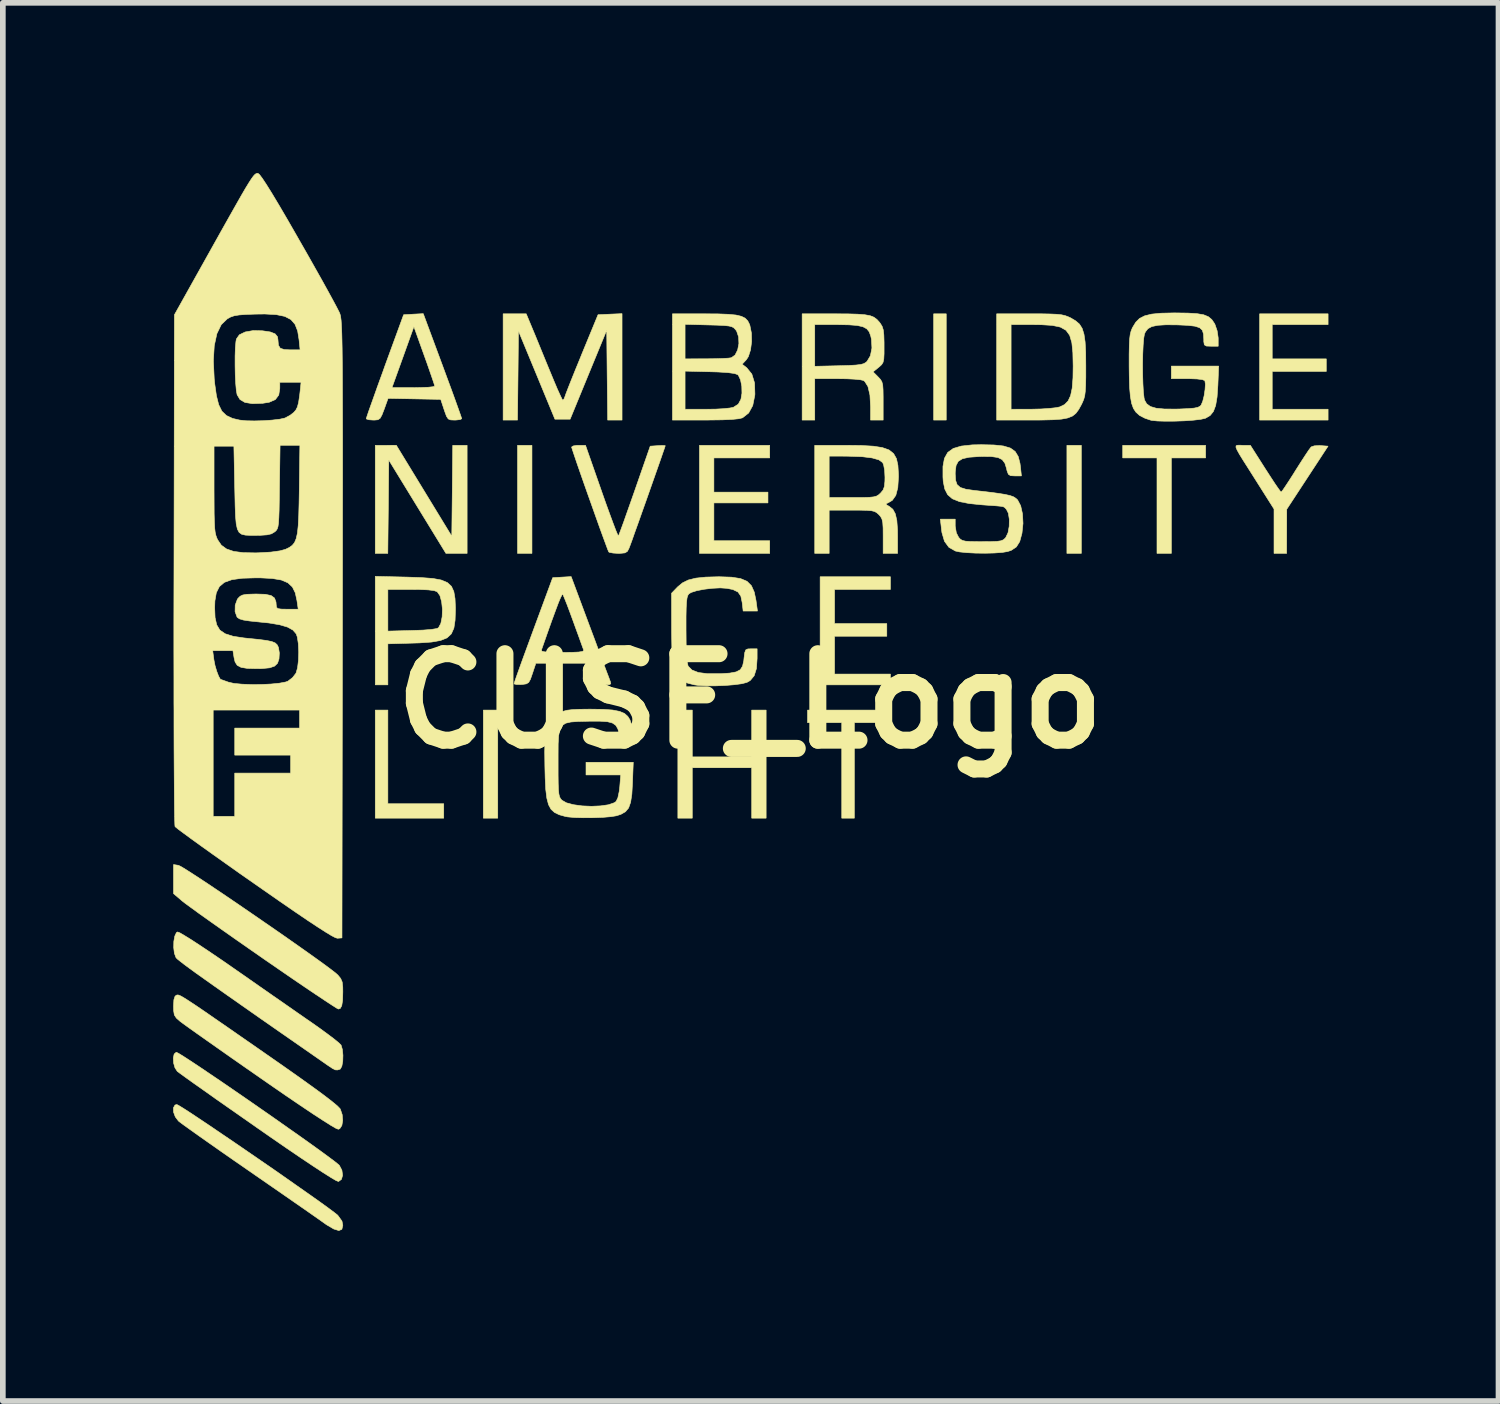
<source format=kicad_pcb>
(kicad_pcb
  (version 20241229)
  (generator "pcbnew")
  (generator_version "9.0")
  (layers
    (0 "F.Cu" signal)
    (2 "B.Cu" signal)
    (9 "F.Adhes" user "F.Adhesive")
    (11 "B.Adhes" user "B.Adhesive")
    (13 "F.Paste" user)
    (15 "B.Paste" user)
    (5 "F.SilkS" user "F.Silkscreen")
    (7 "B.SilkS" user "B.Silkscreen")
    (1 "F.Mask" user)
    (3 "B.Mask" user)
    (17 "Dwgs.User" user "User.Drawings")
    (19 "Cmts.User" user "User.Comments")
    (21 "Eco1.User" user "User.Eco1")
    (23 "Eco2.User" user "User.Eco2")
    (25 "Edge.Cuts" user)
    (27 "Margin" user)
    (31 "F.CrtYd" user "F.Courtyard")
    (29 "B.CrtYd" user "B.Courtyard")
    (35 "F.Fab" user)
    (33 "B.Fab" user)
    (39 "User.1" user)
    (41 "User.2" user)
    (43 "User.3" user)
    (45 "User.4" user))
  (footprint "CUSF_Logo"
    (layer "F.Cu")
    (at 10.169 9.308)
    (property "Reference" "CUSF_Logo" (at 0 0 0) (layer "F.SilkS") (effects (font (size 1.524 1.524) (thickness 0.3))))
    (attr through_hole)
    (fp_poly (pts (xy -4.445 2.064) (xy -4.699 2.064) (xy -4.699 0.159) (xy -4.445 0.159) (xy -4.445 2.064)) (stroke (width 0.01) (type solid)) (fill yes) (layer "F.SilkS"))
    (fp_poly (pts (xy -3.842 -2.603) (xy -4.096 -2.603) (xy -4.096 -4.508) (xy -3.842 -4.508) (xy -3.842 -2.603)) (stroke (width 0.01) (type solid)) (fill yes) (layer "F.SilkS"))
    (fp_poly (pts (xy 3.461 -4.953) (xy 3.239 -4.953) (xy 3.239 -6.826) (xy 3.461 -6.826) (xy 3.461 -4.953)) (stroke (width 0.01) (type solid)) (fill yes) (layer "F.SilkS"))
    (fp_poly (pts (xy 5.842 -2.603) (xy 5.588 -2.603) (xy 5.588 -4.508) (xy 5.842 -4.508) (xy 5.842 -2.603)) (stroke (width 0.01) (type solid)) (fill yes) (layer "F.SilkS"))
    (fp_poly (pts (xy -6.382 1.81) (xy -5.397 1.81) (xy -5.397 2.064) (xy -6.604 2.064) (xy -6.604 0.159) (xy -6.382 0.159) (xy -6.382 1.81)) (stroke (width 0.01) (type solid)) (fill yes) (layer "F.SilkS"))
    (fp_poly (pts (xy 2.445 0.381) (xy 1.841 0.381) (xy 1.841 2.064) (xy 1.619 2.064) (xy 1.619 0.381) (xy 1.016 0.381) (xy 1.016 0.159) (xy 2.445 0.159) (xy 2.445 0.381)) (stroke (width 0.01) (type solid)) (fill yes) (layer "F.SilkS"))
    (fp_poly (pts (xy 8.033 -4.286) (xy 7.429 -4.286) (xy 7.429 -2.603) (xy 7.176 -2.603) (xy 7.176 -4.286) (xy 6.572 -4.286) (xy 6.572 -4.508) (xy 8.033 -4.508) (xy 8.033 -4.286)) (stroke (width 0.01) (type solid)) (fill yes) (layer "F.SilkS"))
    (fp_poly (pts (xy -1.016 0.984) (xy 0.032 0.984) (xy 0.032 0.159) (xy 0.286 0.159) (xy 0.286 2.064) (xy 0.032 2.064) (xy 0.032 1.175) (xy -1.016 1.175) (xy -1.016 2.064) (xy -1.27 2.064) (xy -1.27 0.159) (xy -1.016 0.159) (xy -1.016 0.984)) (stroke (width 0.01) (type solid)) (fill yes) (layer "F.SilkS"))
    (fp_poly (pts (xy 0.349 -4.286) (xy -0.635 -4.286) (xy -0.635 -3.683) (xy 0.318 -3.683) (xy 0.318 -3.493) (xy -0.635 -3.493) (xy -0.635 -2.826) (xy 0.349 -2.826) (xy 0.349 -2.603) (xy -0.889 -2.603) (xy -0.889 -4.508) (xy 0.349 -4.508) (xy 0.349 -4.286)) (stroke (width 0.01) (type solid)) (fill yes) (layer "F.SilkS"))
    (fp_poly (pts (xy 2.477 -1.968) (xy 1.492 -1.968) (xy 1.492 -1.365) (xy 2.413 -1.365) (xy 2.413 -1.143) (xy 1.492 -1.143) (xy 1.492 -0.476) (xy 2.477 -0.476) (xy 2.477 -0.286) (xy 1.238 -0.286) (xy 1.238 -2.191) (xy 2.477 -2.191) (xy 2.477 -1.968)) (stroke (width 0.01) (type solid)) (fill yes) (layer "F.SilkS"))
    (fp_poly (pts (xy 10.192 -6.636) (xy 9.207 -6.636) (xy 9.207 -6.032) (xy 10.16 -6.032) (xy 10.16 -5.81) (xy 9.207 -5.81) (xy 9.207 -5.144) (xy 10.192 -5.144) (xy 10.192 -4.953) (xy 8.985 -4.953) (xy 8.985 -6.826) (xy 10.192 -6.826) (xy 10.192 -6.636)) (stroke (width 0.01) (type solid)) (fill yes) (layer "F.SilkS"))
    (fp_poly (pts (xy -5.744 -3.707) (xy -5.255 -2.905) (xy -5.246 -3.707) (xy -5.238 -4.508) (xy -4.985 -4.508) (xy -4.985 -2.603) (xy -5.358 -2.603) (xy -5.862 -3.426) (xy -6.366 -4.249) (xy -6.374 -3.426) (xy -6.383 -2.603) (xy -6.604 -2.603) (xy -6.604 -4.508) (xy -6.418 -4.508) (xy -6.233 -4.509) (xy -5.744 -3.707)) (stroke (width 0.01) (type solid)) (fill yes) (layer "F.SilkS"))
    (fp_poly (pts (xy -2.254 -4.953) (xy -2.507 -4.953) (xy -2.516 -5.745) (xy -2.524 -6.538) (xy -2.847 -5.753) (xy -3.169 -4.969) (xy -3.437 -4.969) (xy -3.758 -5.747) (xy -4.08 -6.525) (xy -4.088 -5.739) (xy -4.097 -4.953) (xy -4.35 -4.953) (xy -4.35 -6.826) (xy -3.943 -6.826) (xy -3.834 -6.564) (xy -3.783 -6.442) (xy -3.716 -6.278) (xy -3.639 -6.09) (xy -3.56 -5.897) (xy -3.521 -5.803) (xy -3.453 -5.639) (xy -3.393 -5.497) (xy -3.343 -5.388) (xy -3.31 -5.32) (xy -3.298 -5.303) (xy -3.275 -5.329) (xy -3.258 -5.374) (xy -3.241 -5.423) (xy -3.203 -5.521) (xy -3.148 -5.66) (xy -3.08 -5.829) (xy -3.002 -6.019) (xy -2.958 -6.128) (xy -2.677 -6.81) (xy -2.465 -6.82) (xy -2.254 -6.829) (xy -2.254 -4.953)) (stroke (width 0.01) (type solid)) (fill yes) (layer "F.SilkS"))
    (fp_poly (pts (xy 8.675 -4.509) (xy 8.68 -4.508) (xy 8.822 -4.508) (xy 9.084 -4.096) (xy 9.176 -3.954) (xy 9.255 -3.833) (xy 9.318 -3.742) (xy 9.356 -3.691) (xy 9.364 -3.684) (xy 9.387 -3.709) (xy 9.435 -3.779) (xy 9.505 -3.885) (xy 9.588 -4.015) (xy 9.62 -4.067) (xy 9.709 -4.207) (xy 9.788 -4.329) (xy 9.85 -4.422) (xy 9.889 -4.474) (xy 9.896 -4.481) (xy 9.949 -4.499) (xy 10.036 -4.504) (xy 10.062 -4.503) (xy 10.191 -4.493) (xy 9.827 -3.937) (xy 9.463 -3.381) (xy 9.462 -2.992) (xy 9.461 -2.603) (xy 9.239 -2.603) (xy 9.239 -3.385) (xy 8.919 -3.891) (xy 8.793 -4.09) (xy 8.697 -4.241) (xy 8.629 -4.351) (xy 8.587 -4.427) (xy 8.568 -4.474) (xy 8.57 -4.499) (xy 8.59 -4.509) (xy 8.626 -4.51) (xy 8.675 -4.509)) (stroke (width 0.01) (type solid)) (fill yes) (layer "F.SilkS"))
    (fp_poly (pts (xy -6.04 -2.185) (xy -5.786 -2.176) (xy -5.587 -2.161) (xy -5.439 -2.133) (xy -5.332 -2.088) (xy -5.261 -2.022) (xy -5.219 -1.93) (xy -5.198 -1.806) (xy -5.191 -1.647) (xy -5.191 -1.603) (xy -5.197 -1.424) (xy -5.218 -1.286) (xy -5.263 -1.185) (xy -5.339 -1.114) (xy -5.453 -1.068) (xy -5.613 -1.04) (xy -5.826 -1.025) (xy -5.929 -1.022) (xy -6.382 -1.009) (xy -6.382 -0.286) (xy -6.604 -0.286) (xy -6.604 -1.968) (xy -6.382 -1.968) (xy -6.382 -1.233) (xy -5.955 -1.244) (xy -5.759 -1.251) (xy -5.613 -1.263) (xy -5.52 -1.278) (xy -5.49 -1.291) (xy -5.448 -1.369) (xy -5.425 -1.485) (xy -5.42 -1.618) (xy -5.434 -1.75) (xy -5.464 -1.859) (xy -5.512 -1.927) (xy -5.567 -1.947) (xy -5.67 -1.96) (xy -5.828 -1.967) (xy -5.975 -1.968) (xy -6.382 -1.968) (xy -6.604 -1.968) (xy -6.604 -2.198) (xy -6.04 -2.185)) (stroke (width 0.01) (type solid)) (fill yes) (layer "F.SilkS"))
    (fp_poly (pts (xy -10.073 6.209) (xy -9.991 6.259) (xy -9.868 6.339) (xy -9.712 6.442) (xy -9.527 6.567) (xy -9.32 6.707) (xy -9.097 6.86) (xy -8.863 7.021) (xy -8.624 7.187) (xy -8.387 7.352) (xy -8.157 7.514) (xy -7.939 7.667) (xy -7.741 7.808) (xy -7.567 7.933) (xy -7.424 8.038) (xy -7.317 8.118) (xy -7.253 8.17) (xy -7.237 8.185) (xy -7.192 8.271) (xy -7.18 8.36) (xy -7.2 8.431) (xy -7.249 8.467) (xy -7.255 8.468) (xy -7.295 8.452) (xy -7.384 8.4) (xy -7.519 8.315) (xy -7.696 8.199) (xy -7.913 8.054) (xy -8.166 7.882) (xy -8.453 7.684) (xy -8.673 7.531) (xy -8.936 7.347) (xy -9.185 7.173) (xy -9.414 7.013) (xy -9.618 6.868) (xy -9.793 6.745) (xy -9.933 6.645) (xy -10.032 6.573) (xy -10.087 6.533) (xy -10.094 6.527) (xy -10.135 6.464) (xy -10.159 6.38) (xy -10.164 6.292) (xy -10.149 6.223) (xy -10.114 6.192) (xy -10.11 6.191) (xy -10.073 6.209)) (stroke (width 0.01) (type solid)) (fill yes) (layer "F.SilkS"))
    (fp_poly (pts (xy -10.073 2.896) (xy -10.031 2.916) (xy -9.943 2.969) (xy -9.815 3.051) (xy -9.654 3.156) (xy -9.465 3.282) (xy -9.255 3.423) (xy -9.03 3.576) (xy -8.795 3.737) (xy -8.557 3.901) (xy -8.321 4.064) (xy -8.095 4.222) (xy -7.883 4.371) (xy -7.693 4.506) (xy -7.529 4.624) (xy -7.399 4.72) (xy -7.307 4.791) (xy -7.263 4.83) (xy -7.214 4.89) (xy -7.187 4.953) (xy -7.177 5.042) (xy -7.176 5.126) (xy -7.18 5.276) (xy -7.195 5.371) (xy -7.222 5.419) (xy -7.253 5.429) (xy -7.286 5.412) (xy -7.366 5.361) (xy -7.488 5.281) (xy -7.646 5.176) (xy -7.836 5.048) (xy -8.052 4.901) (xy -8.289 4.738) (xy -8.542 4.564) (xy -8.575 4.541) (xy -8.835 4.36) (xy -9.083 4.187) (xy -9.315 4.024) (xy -9.523 3.877) (xy -9.702 3.75) (xy -9.846 3.645) (xy -9.95 3.569) (xy -10.008 3.524) (xy -10.009 3.523) (xy -10.16 3.394) (xy -10.16 2.882) (xy -10.073 2.896)) (stroke (width 0.01) (type solid)) (fill yes) (layer "F.SilkS"))
    (fp_poly (pts (xy -10.067 7.13) (xy -9.985 7.18) (xy -9.864 7.258) (xy -9.709 7.361) (xy -9.525 7.484) (xy -9.319 7.624) (xy -9.096 7.775) (xy -8.863 7.935) (xy -8.626 8.098) (xy -8.389 8.261) (xy -8.16 8.421) (xy -7.945 8.572) (xy -7.748 8.71) (xy -7.576 8.832) (xy -7.435 8.934) (xy -7.332 9.011) (xy -7.27 9.06) (xy -7.264 9.066) (xy -7.191 9.167) (xy -7.176 9.242) (xy -7.193 9.312) (xy -7.246 9.334) (xy -7.336 9.306) (xy -7.465 9.23) (xy -7.51 9.198) (xy -7.577 9.15) (xy -7.689 9.072) (xy -7.84 8.966) (xy -8.025 8.838) (xy -8.235 8.692) (xy -8.465 8.533) (xy -8.708 8.365) (xy -8.842 8.272) (xy -9.085 8.104) (xy -9.315 7.944) (xy -9.524 7.797) (xy -9.709 7.667) (xy -9.862 7.558) (xy -9.978 7.475) (xy -10.052 7.42) (xy -10.073 7.403) (xy -10.129 7.329) (xy -10.16 7.245) (xy -10.162 7.17) (xy -10.134 7.121) (xy -10.102 7.112) (xy -10.067 7.13)) (stroke (width 0.01) (type solid)) (fill yes) (layer "F.SilkS"))
    (fp_poly (pts (xy -10.067 5.184) (xy -10.038 5.196) (xy -9.996 5.219) (xy -9.937 5.255) (xy -9.856 5.308) (xy -9.749 5.379) (xy -9.612 5.472) (xy -9.442 5.59) (xy -9.233 5.734) (xy -8.983 5.908) (xy -8.686 6.114) (xy -8.534 6.22) (xy -8.201 6.452) (xy -7.919 6.651) (xy -7.688 6.817) (xy -7.504 6.952) (xy -7.368 7.057) (xy -7.276 7.133) (xy -7.228 7.182) (xy -7.221 7.191) (xy -7.187 7.29) (xy -7.178 7.393) (xy -7.193 7.482) (xy -7.23 7.538) (xy -7.255 7.548) (xy -7.296 7.532) (xy -7.386 7.48) (xy -7.522 7.394) (xy -7.702 7.277) (xy -7.923 7.129) (xy -8.182 6.953) (xy -8.476 6.75) (xy -8.62 6.65) (xy -8.88 6.469) (xy -9.128 6.296) (xy -9.357 6.135) (xy -9.563 5.99) (xy -9.739 5.866) (xy -9.881 5.765) (xy -9.982 5.692) (xy -10.038 5.651) (xy -10.041 5.649) (xy -10.11 5.588) (xy -10.146 5.533) (xy -10.158 5.459) (xy -10.16 5.379) (xy -10.154 5.266) (xy -10.134 5.205) (xy -10.112 5.186) (xy -10.099 5.182) (xy -10.085 5.18) (xy -10.067 5.184)) (stroke (width 0.01) (type solid)) (fill yes) (layer "F.SilkS"))
    (fp_poly (pts (xy -10.05 4.085) (xy -9.966 4.134) (xy -9.84 4.212) (xy -9.681 4.316) (xy -9.493 4.442) (xy -9.281 4.586) (xy -9.153 4.675) (xy -8.913 4.842) (xy -8.664 5.016) (xy -8.416 5.189) (xy -8.181 5.352) (xy -7.972 5.498) (xy -7.799 5.618) (xy -7.755 5.648) (xy -7.594 5.761) (xy -7.45 5.866) (xy -7.332 5.955) (xy -7.249 6.023) (xy -7.209 6.062) (xy -7.207 6.064) (xy -7.184 6.141) (xy -7.174 6.243) (xy -7.177 6.348) (xy -7.193 6.436) (xy -7.22 6.486) (xy -7.226 6.489) (xy -7.27 6.503) (xy -7.308 6.501) (xy -7.36 6.475) (xy -7.442 6.42) (xy -7.461 6.407) (xy -7.903 6.099) (xy -8.296 5.826) (xy -8.642 5.585) (xy -8.943 5.374) (xy -9.203 5.192) (xy -9.424 5.036) (xy -9.609 4.905) (xy -9.761 4.797) (xy -9.882 4.709) (xy -9.975 4.64) (xy -10.042 4.588) (xy -10.087 4.552) (xy -10.112 4.528) (xy -10.117 4.521) (xy -10.145 4.446) (xy -10.157 4.346) (xy -10.155 4.238) (xy -10.138 4.144) (xy -10.11 4.083) (xy -10.09 4.07) (xy -10.05 4.085)) (stroke (width 0.01) (type solid)) (fill yes) (layer "F.SilkS"))
    (fp_poly (pts (xy -5.419 -5.915) (xy -5.335 -5.687) (xy -5.258 -5.479) (xy -5.192 -5.297) (xy -5.139 -5.149) (xy -5.101 -5.042) (xy -5.082 -4.985) (xy -5.08 -4.977) (xy -5.108 -4.962) (xy -5.178 -4.954) (xy -5.204 -4.953) (xy -5.274 -4.956) (xy -5.317 -4.973) (xy -5.348 -5.019) (xy -5.381 -5.109) (xy -5.39 -5.136) (xy -5.45 -5.318) (xy -6.378 -5.336) (xy -6.447 -5.144) (xy -6.487 -5.041) (xy -6.519 -4.984) (xy -6.557 -4.959) (xy -6.615 -4.953) (xy -6.64 -4.953) (xy -6.718 -4.959) (xy -6.76 -4.973) (xy -6.763 -4.978) (xy -6.752 -5.013) (xy -6.723 -5.1) (xy -6.676 -5.232) (xy -6.616 -5.4) (xy -6.572 -5.524) (xy -6.31 -5.524) (xy -5.933 -5.524) (xy -5.787 -5.527) (xy -5.667 -5.532) (xy -5.586 -5.541) (xy -5.556 -5.551) (xy -5.556 -5.551) (xy -5.566 -5.589) (xy -5.595 -5.676) (xy -5.638 -5.801) (xy -5.692 -5.956) (xy -5.74 -6.089) (xy -5.923 -6.6) (xy -6.116 -6.062) (xy -6.31 -5.524) (xy -6.572 -5.524) (xy -6.545 -5.599) (xy -6.465 -5.819) (xy -6.434 -5.907) (xy -6.104 -6.81) (xy -5.931 -6.82) (xy -5.758 -6.829) (xy -5.419 -5.915)) (stroke (width 0.01) (type solid)) (fill yes) (layer "F.SilkS"))
    (fp_poly (pts (xy -2.616 -3.702) (xy -2.541 -3.489) (xy -2.472 -3.299) (xy -2.413 -3.139) (xy -2.366 -3.015) (xy -2.333 -2.936) (xy -2.319 -2.91) (xy -2.318 -2.91) (xy -2.304 -2.943) (xy -2.272 -3.028) (xy -2.225 -3.156) (xy -2.167 -3.321) (xy -2.099 -3.513) (xy -2.03 -3.709) (xy -1.757 -4.493) (xy -1.625 -4.502) (xy -1.543 -4.506) (xy -1.497 -4.503) (xy -1.492 -4.501) (xy -1.502 -4.469) (xy -1.531 -4.386) (xy -1.574 -4.261) (xy -1.629 -4.104) (xy -1.693 -3.922) (xy -1.762 -3.726) (xy -1.833 -3.524) (xy -1.904 -3.325) (xy -1.97 -3.138) (xy -2.03 -2.972) (xy -2.078 -2.835) (xy -2.114 -2.738) (xy -2.132 -2.691) (xy -2.16 -2.638) (xy -2.203 -2.612) (xy -2.281 -2.604) (xy -2.32 -2.603) (xy -2.412 -2.609) (xy -2.476 -2.621) (xy -2.489 -2.63) (xy -2.505 -2.668) (xy -2.538 -2.757) (xy -2.586 -2.887) (xy -2.645 -3.049) (xy -2.711 -3.234) (xy -2.782 -3.434) (xy -2.855 -3.639) (xy -2.926 -3.84) (xy -2.992 -4.029) (xy -3.05 -4.196) (xy -3.096 -4.332) (xy -3.128 -4.428) (xy -3.143 -4.475) (xy -3.143 -4.478) (xy -3.115 -4.497) (xy -3.045 -4.508) (xy -3.021 -4.508) (xy -2.898 -4.508) (xy -2.616 -3.702)) (stroke (width 0.01) (type solid)) (fill yes) (layer "F.SilkS"))
    (fp_poly (pts (xy 5.139 -6.826) (xy 5.295 -6.823) (xy 5.409 -6.818) (xy 5.492 -6.809) (xy 5.555 -6.795) (xy 5.609 -6.775) (xy 5.653 -6.755) (xy 5.741 -6.703) (xy 5.809 -6.645) (xy 5.857 -6.569) (xy 5.889 -6.467) (xy 5.909 -6.33) (xy 5.919 -6.149) (xy 5.921 -5.914) (xy 5.921 -5.905) (xy 5.921 -5.709) (xy 5.918 -5.565) (xy 5.912 -5.46) (xy 5.902 -5.382) (xy 5.885 -5.319) (xy 5.86 -5.26) (xy 5.842 -5.223) (xy 5.795 -5.138) (xy 5.746 -5.072) (xy 5.686 -5.024) (xy 5.604 -4.991) (xy 5.494 -4.97) (xy 5.345 -4.959) (xy 5.149 -4.954) (xy 4.945 -4.953) (xy 4.35 -4.953) (xy 4.35 -5.144) (xy 4.604 -5.144) (xy 4.977 -5.145) (xy 5.136 -5.149) (xy 5.283 -5.159) (xy 5.399 -5.172) (xy 5.461 -5.185) (xy 5.546 -5.226) (xy 5.609 -5.29) (xy 5.653 -5.384) (xy 5.681 -5.516) (xy 5.695 -5.696) (xy 5.698 -5.905) (xy 5.693 -6.139) (xy 5.675 -6.317) (xy 5.637 -6.447) (xy 5.572 -6.536) (xy 5.473 -6.592) (xy 5.331 -6.622) (xy 5.14 -6.634) (xy 4.993 -6.636) (xy 4.604 -6.636) (xy 4.604 -5.144) (xy 4.35 -5.144) (xy 4.35 -6.826) (xy 4.93 -6.826) (xy 5.139 -6.826)) (stroke (width 0.01) (type solid)) (fill yes) (layer "F.SilkS"))
    (fp_poly (pts (xy 1.965 -4.505) (xy 2.176 -4.493) (xy 2.336 -4.468) (xy 2.453 -4.426) (xy 2.533 -4.362) (xy 2.583 -4.274) (xy 2.609 -4.156) (xy 2.618 -4.006) (xy 2.619 -3.951) (xy 2.607 -3.762) (xy 2.572 -3.626) (xy 2.51 -3.538) (xy 2.441 -3.497) (xy 2.4 -3.478) (xy 2.409 -3.458) (xy 2.457 -3.431) (xy 2.52 -3.38) (xy 2.563 -3.301) (xy 2.59 -3.183) (xy 2.602 -3.017) (xy 2.603 -2.9) (xy 2.603 -2.603) (xy 2.349 -2.603) (xy 2.349 -2.907) (xy 2.348 -3.05) (xy 2.342 -3.145) (xy 2.328 -3.207) (xy 2.304 -3.252) (xy 2.272 -3.288) (xy 2.236 -3.32) (xy 2.197 -3.342) (xy 2.143 -3.355) (xy 2.06 -3.362) (xy 1.937 -3.365) (xy 1.795 -3.365) (xy 1.397 -3.365) (xy 1.397 -2.603) (xy 1.143 -2.603) (xy 1.143 -3.588) (xy 1.397 -3.588) (xy 1.811 -3.588) (xy 1.981 -3.588) (xy 2.1 -3.591) (xy 2.179 -3.599) (xy 2.232 -3.613) (xy 2.269 -3.635) (xy 2.303 -3.666) (xy 2.348 -3.72) (xy 2.371 -3.783) (xy 2.38 -3.877) (xy 2.381 -3.945) (xy 2.375 -4.068) (xy 2.357 -4.164) (xy 2.34 -4.204) (xy 2.274 -4.252) (xy 2.154 -4.286) (xy 1.977 -4.308) (xy 1.741 -4.316) (xy 1.707 -4.317) (xy 1.397 -4.318) (xy 1.397 -3.588) (xy 1.143 -3.588) (xy 1.143 -4.508) (xy 1.698 -4.508) (xy 1.965 -4.505)) (stroke (width 0.01) (type solid)) (fill yes) (layer "F.SilkS"))
    (fp_poly (pts (xy -2.816 -1.295) (xy -2.731 -1.068) (xy -2.653 -0.857) (xy -2.584 -0.672) (xy -2.527 -0.52) (xy -2.485 -0.41) (xy -2.462 -0.348) (xy -2.459 -0.339) (xy -2.452 -0.304) (xy -2.478 -0.289) (xy -2.551 -0.29) (xy -2.572 -0.292) (xy -2.648 -0.3) (xy -2.695 -0.32) (xy -2.728 -0.368) (xy -2.763 -0.457) (xy -2.773 -0.484) (xy -2.838 -0.667) (xy -3.773 -0.667) (xy -3.834 -0.484) (xy -3.869 -0.383) (xy -3.9 -0.328) (xy -3.942 -0.303) (xy -4.009 -0.293) (xy -4.027 -0.292) (xy -4.108 -0.291) (xy -4.153 -0.301) (xy -4.157 -0.308) (xy -4.146 -0.343) (xy -4.116 -0.43) (xy -4.069 -0.562) (xy -4.008 -0.731) (xy -3.947 -0.897) (xy -3.676 -0.897) (xy -3.667 -0.879) (xy -3.62 -0.868) (xy -3.528 -0.861) (xy -3.384 -0.858) (xy -3.302 -0.857) (xy -3.132 -0.859) (xy -3.019 -0.864) (xy -2.953 -0.874) (xy -2.929 -0.888) (xy -2.929 -0.897) (xy -2.945 -0.939) (xy -2.978 -1.03) (xy -3.024 -1.158) (xy -3.08 -1.311) (xy -3.111 -1.397) (xy -3.17 -1.558) (xy -3.222 -1.697) (xy -3.265 -1.804) (xy -3.292 -1.869) (xy -3.299 -1.881) (xy -3.312 -1.872) (xy -3.337 -1.824) (xy -3.375 -1.734) (xy -3.426 -1.598) (xy -3.494 -1.413) (xy -3.579 -1.174) (xy -3.676 -0.897) (xy -3.947 -0.897) (xy -3.935 -0.93) (xy -3.854 -1.151) (xy -3.816 -1.254) (xy -3.476 -2.175) (xy -3.151 -2.194) (xy -2.816 -1.295)) (stroke (width 0.01) (type solid)) (fill yes) (layer "F.SilkS"))
    (fp_poly (pts (xy 1.5 -6.826) (xy 1.726 -6.825) (xy 1.898 -6.82) (xy 2.026 -6.81) (xy 2.119 -6.793) (xy 2.186 -6.766) (xy 2.238 -6.728) (xy 2.284 -6.677) (xy 2.299 -6.657) (xy 2.331 -6.605) (xy 2.351 -6.542) (xy 2.361 -6.454) (xy 2.365 -6.323) (xy 2.365 -6.264) (xy 2.365 -6.123) (xy 2.36 -6.03) (xy 2.347 -5.971) (xy 2.323 -5.931) (xy 2.283 -5.894) (xy 2.268 -5.882) (xy 2.171 -5.803) (xy 2.26 -5.714) (xy 2.3 -5.671) (xy 2.326 -5.629) (xy 2.341 -5.573) (xy 2.347 -5.489) (xy 2.349 -5.362) (xy 2.349 -5.289) (xy 2.349 -4.953) (xy 2.127 -4.953) (xy 2.127 -5.186) (xy 2.116 -5.394) (xy 2.081 -5.544) (xy 2.024 -5.635) (xy 1.999 -5.652) (xy 1.946 -5.664) (xy 1.844 -5.674) (xy 1.707 -5.681) (xy 1.55 -5.683) (xy 1.542 -5.683) (xy 1.143 -5.683) (xy 1.143 -4.953) (xy 0.921 -4.953) (xy 0.921 -6.636) (xy 1.143 -6.636) (xy 1.143 -5.901) (xy 1.571 -5.911) (xy 1.746 -5.916) (xy 1.87 -5.923) (xy 1.953 -5.933) (xy 2.008 -5.948) (xy 2.045 -5.97) (xy 2.065 -5.988) (xy 2.124 -6.087) (xy 2.151 -6.223) (xy 2.143 -6.375) (xy 2.13 -6.435) (xy 2.103 -6.509) (xy 2.06 -6.562) (xy 1.993 -6.598) (xy 1.892 -6.621) (xy 1.748 -6.632) (xy 1.551 -6.636) (xy 1.519 -6.636) (xy 1.143 -6.636) (xy 0.921 -6.636) (xy 0.921 -6.826) (xy 1.5 -6.826)) (stroke (width 0.01) (type solid)) (fill yes) (layer "F.SilkS"))
    (fp_poly (pts (xy -0.569 -6.825) (xy -0.385 -6.818) (xy -0.248 -6.805) (xy -0.15 -6.782) (xy -0.083 -6.749) (xy -0.038 -6.702) (xy -0.007 -6.641) (xy 0.000022 -6.62) (xy 0.027 -6.485) (xy 0.03 -6.335) (xy 0.011 -6.19) (xy -0.027 -6.072) (xy -0.062 -6.018) (xy -0.137 -5.938) (xy -0.055 -5.874) (xy 0.034 -5.764) (xy 0.082 -5.608) (xy 0.088 -5.41) (xy 0.086 -5.388) (xy 0.05 -5.209) (xy -0.022 -5.078) (xy -0.13 -4.993) (xy -0.193 -4.977) (xy -0.311 -4.965) (xy -0.486 -4.957) (xy -0.72 -4.954) (xy -0.786 -4.953) (xy -1.365 -4.953) (xy -1.365 -5.144) (xy -1.143 -5.144) (xy -0.767 -5.144) (xy -0.608 -5.146) (xy -0.464 -5.154) (xy -0.352 -5.166) (xy -0.292 -5.178) (xy -0.205 -5.233) (xy -0.158 -5.32) (xy -0.14 -5.427) (xy -0.143 -5.548) (xy -0.165 -5.661) (xy -0.202 -5.74) (xy -0.215 -5.754) (xy -0.271 -5.774) (xy -0.388 -5.79) (xy -0.565 -5.801) (xy -0.703 -5.805) (xy -1.143 -5.816) (xy -1.143 -5.144) (xy -1.365 -5.144) (xy -1.365 -6.032) (xy -1.143 -6.032) (xy -0.77 -6.033) (xy -0.616 -6.035) (xy -0.48 -6.039) (xy -0.378 -6.045) (xy -0.327 -6.052) (xy -0.261 -6.1) (xy -0.216 -6.189) (xy -0.194 -6.301) (xy -0.199 -6.418) (xy -0.233 -6.519) (xy -0.251 -6.545) (xy -0.28 -6.576) (xy -0.315 -6.597) (xy -0.368 -6.611) (xy -0.45 -6.62) (xy -0.575 -6.626) (xy -0.727 -6.63) (xy -1.143 -6.641) (xy -1.143 -6.032) (xy -1.365 -6.032) (xy -1.365 -6.826) (xy -0.809 -6.826) (xy -0.569 -6.825)) (stroke (width 0.01) (type solid)) (fill yes) (layer "F.SilkS"))
    (fp_poly (pts (xy -0.324 -2.184) (xy -0.165 -2.159) (xy -0.051 -2.111) (xy 0.027 -2.033) (xy 0.077 -1.92) (xy 0.109 -1.765) (xy 0.11 -1.754) (xy 0.133 -1.587) (xy -0.119 -1.587) (xy -0.136 -1.736) (xy -0.16 -1.85) (xy -0.21 -1.922) (xy -0.3 -1.966) (xy -0.405 -1.987) (xy -0.522 -1.995) (xy -0.662 -1.988) (xy -0.805 -1.971) (xy -0.936 -1.946) (xy -1.034 -1.915) (xy -1.076 -1.89) (xy -1.094 -1.863) (xy -1.108 -1.819) (xy -1.117 -1.748) (xy -1.123 -1.642) (xy -1.126 -1.492) (xy -1.126 -1.288) (xy -1.126 -1.261) (xy -1.124 -1.012) (xy -1.117 -0.825) (xy -1.107 -0.696) (xy -1.091 -0.623) (xy -1.087 -0.614) (xy -1.021 -0.547) (xy -0.908 -0.503) (xy -0.745 -0.482) (xy -0.527 -0.482) (xy -0.52 -0.482) (xy -0.355 -0.493) (xy -0.242 -0.514) (xy -0.17 -0.552) (xy -0.13 -0.614) (xy -0.108 -0.709) (xy -0.103 -0.76) (xy -0.091 -0.854) (xy -0.073 -0.902) (xy -0.036 -0.919) (xy 0.02 -0.921) (xy 0.127 -0.921) (xy 0.127 -0.751) (xy 0.115 -0.573) (xy 0.075 -0.446) (xy 0.005 -0.362) (xy -0.053 -0.329) (xy -0.141 -0.306) (xy -0.275 -0.288) (xy -0.436 -0.275) (xy -0.608 -0.268) (xy -0.772 -0.268) (xy -0.91 -0.276) (xy -0.98 -0.286) (xy -1.097 -0.316) (xy -1.189 -0.356) (xy -1.259 -0.412) (xy -1.309 -0.493) (xy -1.344 -0.606) (xy -1.365 -0.758) (xy -1.376 -0.958) (xy -1.38 -1.211) (xy -1.38 -1.276) (xy -1.381 -1.901) (xy -1.273 -2.013) (xy -1.189 -2.083) (xy -1.086 -2.134) (xy -0.953 -2.167) (xy -0.78 -2.185) (xy -0.557 -2.191) (xy -0.537 -2.191) (xy -0.324 -2.184)) (stroke (width 0.01) (type solid)) (fill yes) (layer "F.SilkS"))
    (fp_poly (pts (xy -2.588 0.146) (xy -2.42 0.158) (xy -2.298 0.182) (xy -2.211 0.218) (xy -2.152 0.271) (xy -2.114 0.332) (xy -2.082 0.433) (xy -2.065 0.553) (xy -2.064 0.584) (xy -2.066 0.673) (xy -2.081 0.716) (xy -2.122 0.729) (xy -2.17 0.73) (xy -2.234 0.726) (xy -2.27 0.702) (xy -2.292 0.642) (xy -2.304 0.58) (xy -2.327 0.492) (xy -2.363 0.429) (xy -2.421 0.388) (xy -2.51 0.364) (xy -2.642 0.355) (xy -2.826 0.355) (xy -2.865 0.356) (xy -3.03 0.36) (xy -3.156 0.369) (xy -3.247 0.39) (xy -3.31 0.431) (xy -3.349 0.5) (xy -3.371 0.605) (xy -3.38 0.753) (xy -3.381 0.952) (xy -3.381 1.095) (xy -3.381 1.303) (xy -3.379 1.456) (xy -3.375 1.565) (xy -3.367 1.639) (xy -3.355 1.688) (xy -3.338 1.721) (xy -3.314 1.748) (xy -3.314 1.748) (xy -3.234 1.794) (xy -3.11 1.827) (xy -2.957 1.848) (xy -2.793 1.855) (xy -2.633 1.848) (xy -2.494 1.828) (xy -2.392 1.793) (xy -2.36 1.771) (xy -2.328 1.707) (xy -2.304 1.595) (xy -2.294 1.512) (xy -2.277 1.302) (xy -2.889 1.302) (xy -2.889 1.079) (xy -2.056 1.079) (xy -2.07 1.445) (xy -2.081 1.641) (xy -2.103 1.784) (xy -2.138 1.884) (xy -2.194 1.951) (xy -2.273 1.996) (xy -2.352 2.022) (xy -2.451 2.038) (xy -2.594 2.05) (xy -2.761 2.056) (xy -2.932 2.057) (xy -3.089 2.053) (xy -3.211 2.042) (xy -3.254 2.034) (xy -3.361 2.004) (xy -3.444 1.964) (xy -3.506 1.907) (xy -3.55 1.826) (xy -3.58 1.711) (xy -3.599 1.556) (xy -3.609 1.352) (xy -3.614 1.146) (xy -3.617 0.893) (xy -3.613 0.694) (xy -3.601 0.543) (xy -3.578 0.43) (xy -3.542 0.347) (xy -3.491 0.286) (xy -3.423 0.238) (xy -3.369 0.211) (xy -3.298 0.182) (xy -3.224 0.162) (xy -3.131 0.151) (xy -3.005 0.145) (xy -2.832 0.143) (xy -2.81 0.143) (xy -2.588 0.146)) (stroke (width 0.01) (type solid)) (fill yes) (layer "F.SilkS"))
    (fp_poly (pts (xy 7.722 -6.839) (xy 7.882 -6.829) (xy 7.999 -6.809) (xy 8.082 -6.775) (xy 8.142 -6.725) (xy 8.189 -6.656) (xy 8.199 -6.636) (xy 8.236 -6.528) (xy 8.254 -6.408) (xy 8.255 -6.39) (xy 8.255 -6.255) (xy 8.128 -6.255) (xy 8.047 -6.258) (xy 8.011 -6.279) (xy 8.001 -6.336) (xy 8.001 -6.376) (xy 7.996 -6.47) (xy 7.975 -6.537) (xy 7.928 -6.581) (xy 7.846 -6.608) (xy 7.719 -6.623) (xy 7.541 -6.631) (xy 7.338 -6.633) (xy 7.19 -6.624) (xy 7.085 -6.602) (xy 7.016 -6.564) (xy 6.972 -6.508) (xy 6.955 -6.469) (xy 6.942 -6.395) (xy 6.932 -6.273) (xy 6.925 -6.117) (xy 6.922 -5.941) (xy 6.923 -5.762) (xy 6.928 -5.592) (xy 6.936 -5.448) (xy 6.948 -5.344) (xy 6.956 -5.307) (xy 6.994 -5.24) (xy 7.06 -5.192) (xy 7.162 -5.162) (xy 7.308 -5.148) (xy 7.506 -5.147) (xy 7.568 -5.148) (xy 7.725 -5.155) (xy 7.831 -5.164) (xy 7.897 -5.178) (xy 7.937 -5.199) (xy 7.954 -5.218) (xy 7.982 -5.283) (xy 8.007 -5.382) (xy 8.023 -5.49) (xy 8.029 -5.587) (xy 8.02 -5.647) (xy 8.018 -5.649) (xy 7.977 -5.666) (xy 7.884 -5.678) (xy 7.751 -5.683) (xy 7.713 -5.683) (xy 7.429 -5.683) (xy 7.429 -5.905) (xy 8.263 -5.905) (xy 8.249 -5.564) (xy 8.235 -5.36) (xy 8.21 -5.21) (xy 8.17 -5.104) (xy 8.112 -5.033) (xy 8.033 -4.987) (xy 8.026 -4.984) (xy 7.945 -4.966) (xy 7.817 -4.951) (xy 7.66 -4.94) (xy 7.491 -4.934) (xy 7.326 -4.933) (xy 7.183 -4.937) (xy 7.079 -4.948) (xy 7.07 -4.95) (xy 6.965 -4.985) (xy 6.87 -5.034) (xy 6.864 -5.039) (xy 6.805 -5.092) (xy 6.761 -5.158) (xy 6.729 -5.247) (xy 6.707 -5.367) (xy 6.693 -5.528) (xy 6.687 -5.737) (xy 6.685 -5.905) (xy 6.685 -6.111) (xy 6.688 -6.264) (xy 6.693 -6.376) (xy 6.703 -6.457) (xy 6.718 -6.519) (xy 6.739 -6.572) (xy 6.747 -6.588) (xy 6.802 -6.678) (xy 6.869 -6.745) (xy 6.96 -6.791) (xy 7.083 -6.821) (xy 7.247 -6.837) (xy 7.464 -6.842) (xy 7.509 -6.842) (xy 7.722 -6.839)) (stroke (width 0.01) (type solid)) (fill yes) (layer "F.SilkS"))
    (fp_poly (pts (xy 4.303 -4.514) (xy 4.471 -4.496) (xy 4.593 -4.459) (xy 4.677 -4.398) (xy 4.73 -4.31) (xy 4.761 -4.19) (xy 4.77 -4.12) (xy 4.786 -3.969) (xy 4.669 -3.969) (xy 4.595 -3.973) (xy 4.556 -3.998) (xy 4.532 -4.061) (xy 4.523 -4.103) (xy 4.494 -4.194) (xy 4.447 -4.256) (xy 4.373 -4.293) (xy 4.259 -4.31) (xy 4.097 -4.312) (xy 4.036 -4.31) (xy 3.864 -4.298) (xy 3.747 -4.272) (xy 3.673 -4.226) (xy 3.634 -4.152) (xy 3.62 -4.044) (xy 3.619 -4.003) (xy 3.626 -3.891) (xy 3.652 -3.815) (xy 3.709 -3.765) (xy 3.807 -3.734) (xy 3.958 -3.712) (xy 3.971 -3.711) (xy 4.197 -3.685) (xy 4.368 -3.663) (xy 4.494 -3.643) (xy 4.584 -3.623) (xy 4.646 -3.601) (xy 4.688 -3.574) (xy 4.719 -3.545) (xy 4.773 -3.443) (xy 4.805 -3.3) (xy 4.814 -3.132) (xy 4.796 -2.959) (xy 4.795 -2.955) (xy 4.756 -2.811) (xy 4.697 -2.717) (xy 4.607 -2.657) (xy 4.543 -2.636) (xy 4.448 -2.62) (xy 4.31 -2.61) (xy 4.148 -2.606) (xy 3.98 -2.608) (xy 3.823 -2.616) (xy 3.696 -2.629) (xy 3.622 -2.645) (xy 3.508 -2.71) (xy 3.43 -2.816) (xy 3.385 -2.969) (xy 3.378 -3.024) (xy 3.357 -3.207) (xy 3.619 -3.207) (xy 3.619 -3.083) (xy 3.639 -2.965) (xy 3.68 -2.885) (xy 3.711 -2.852) (xy 3.747 -2.831) (xy 3.803 -2.818) (xy 3.89 -2.812) (xy 4.023 -2.81) (xy 4.096 -2.81) (xy 4.251 -2.811) (xy 4.357 -2.815) (xy 4.424 -2.825) (xy 4.467 -2.842) (xy 4.499 -2.87) (xy 4.511 -2.885) (xy 4.55 -2.967) (xy 4.571 -3.081) (xy 4.573 -3.203) (xy 4.556 -3.311) (xy 4.522 -3.379) (xy 4.502 -3.401) (xy 4.486 -3.416) (xy 4.462 -3.427) (xy 4.42 -3.434) (xy 4.348 -3.441) (xy 4.234 -3.449) (xy 4.092 -3.459) (xy 3.865 -3.482) (xy 3.693 -3.516) (xy 3.569 -3.566) (xy 3.486 -3.638) (xy 3.435 -3.738) (xy 3.408 -3.871) (xy 3.403 -3.949) (xy 3.403 -4.136) (xy 3.429 -4.278) (xy 3.487 -4.382) (xy 3.585 -4.453) (xy 3.727 -4.495) (xy 3.92 -4.516) (xy 4.08 -4.519) (xy 4.303 -4.514)) (stroke (width 0.01) (type solid)) (fill yes) (layer "F.SilkS"))
    (fp_poly (pts (xy -8.646 -9.282) (xy -8.597 -9.217) (xy -8.524 -9.107) (xy -8.426 -8.95) (xy -8.302 -8.743) (xy -8.151 -8.485) (xy -7.971 -8.172) (xy -7.953 -8.14) (xy -7.808 -7.887) (xy -7.672 -7.646) (xy -7.547 -7.424) (xy -7.438 -7.227) (xy -7.348 -7.062) (xy -7.281 -6.937) (xy -7.24 -6.856) (xy -7.231 -6.837) (xy -7.224 -6.816) (xy -7.217 -6.79) (xy -7.212 -6.756) (xy -7.206 -6.711) (xy -7.202 -6.651) (xy -7.198 -6.575) (xy -7.194 -6.479) (xy -7.191 -6.36) (xy -7.188 -6.216) (xy -7.186 -6.043) (xy -7.184 -5.839) (xy -7.183 -5.601) (xy -7.182 -5.327) (xy -7.181 -5.012) (xy -7.18 -4.655) (xy -7.18 -4.252) (xy -7.18 -3.8) (xy -7.181 -3.298) (xy -7.181 -2.741) (xy -7.182 -2.127) (xy -7.183 -1.454) (xy -7.183 -1.26) (xy -7.191 4.175) (xy -7.271 4.181) (xy -7.306 4.171) (xy -7.374 4.136) (xy -7.475 4.075) (xy -7.614 3.986) (xy -7.793 3.868) (xy -8.014 3.718) (xy -8.28 3.535) (xy -8.593 3.317) (xy -8.729 3.222) (xy -8.993 3.038) (xy -9.241 2.862) (xy -9.468 2.701) (xy -9.671 2.556) (xy -9.843 2.432) (xy -9.979 2.332) (xy -10.076 2.26) (xy -10.127 2.218) (xy -10.134 2.211) (xy -10.137 2.174) (xy -10.14 2.077) (xy -10.143 1.925) (xy -10.145 1.719) (xy -10.147 1.464) (xy -10.149 1.164) (xy -10.151 0.823) (xy -10.152 0.443) (xy -10.152 0.159) (xy -9.461 0.159) (xy -9.461 2.032) (xy -9.081 2.032) (xy -9.081 1.27) (xy -8.096 1.27) (xy -8.096 0.953) (xy -9.081 0.953) (xy -9.081 0.476) (xy -7.938 0.476) (xy -7.938 0.159) (xy -9.461 0.159) (xy -10.152 0.159) (xy -10.153 0.029) (xy -10.153 -0.416) (xy -10.154 -0.889) (xy -10.154 -0.889) (xy -9.47 -0.889) (xy -9.448 -0.725) (xy -9.429 -0.628) (xy -9.399 -0.526) (xy -9.366 -0.44) (xy -9.337 -0.388) (xy -9.326 -0.381) (xy -9.295 -0.37) (xy -9.225 -0.345) (xy -9.192 -0.333) (xy -9.096 -0.311) (xy -8.957 -0.298) (xy -8.791 -0.291) (xy -8.615 -0.292) (xy -8.443 -0.3) (xy -8.294 -0.315) (xy -8.183 -0.336) (xy -8.144 -0.35) (xy -8.061 -0.414) (xy -8.001 -0.492) (xy -7.974 -0.585) (xy -7.958 -0.716) (xy -7.953 -0.865) (xy -7.96 -1.01) (xy -7.978 -1.129) (xy -7.998 -1.185) (xy -8.055 -1.251) (xy -8.15 -1.304) (xy -8.29 -1.345) (xy -8.482 -1.377) (xy -8.651 -1.394) (xy -8.815 -1.411) (xy -8.927 -1.428) (xy -8.997 -1.449) (xy -9.035 -1.475) (xy -9.04 -1.48) (xy -9.075 -1.576) (xy -9.073 -1.69) (xy -9.035 -1.794) (xy -9.022 -1.812) (xy -8.985 -1.848) (xy -8.939 -1.87) (xy -8.866 -1.882) (xy -8.75 -1.886) (xy -8.702 -1.887) (xy -8.544 -1.882) (xy -8.44 -1.86) (xy -8.38 -1.816) (xy -8.354 -1.746) (xy -8.35 -1.693) (xy -8.345 -1.652) (xy -8.321 -1.63) (xy -8.263 -1.621) (xy -8.156 -1.619) (xy -7.962 -1.619) (xy -7.984 -1.77) (xy -8.014 -1.908) (xy -8.065 -2.011) (xy -8.145 -2.085) (xy -8.26 -2.134) (xy -8.42 -2.161) (xy -8.632 -2.172) (xy -8.715 -2.172) (xy -8.951 -2.165) (xy -9.131 -2.14) (xy -9.263 -2.093) (xy -9.352 -2.018) (xy -9.406 -1.91) (xy -9.431 -1.765) (xy -9.435 -1.645) (xy -9.428 -1.472) (xy -9.399 -1.343) (xy -9.343 -1.25) (xy -9.249 -1.186) (xy -9.111 -1.142) (xy -8.92 -1.113) (xy -8.845 -1.105) (xy -8.656 -1.086) (xy -8.52 -1.068) (xy -8.428 -1.049) (xy -8.369 -1.025) (xy -8.334 -0.993) (xy -8.313 -0.951) (xy -8.31 -0.942) (xy -8.295 -0.848) (xy -8.301 -0.744) (xy -8.301 -0.743) (xy -8.327 -0.666) (xy -8.379 -0.616) (xy -8.466 -0.586) (xy -8.599 -0.573) (xy -8.7 -0.572) (xy -8.86 -0.576) (xy -8.969 -0.594) (xy -9.037 -0.63) (xy -9.075 -0.689) (xy -9.092 -0.76) (xy -9.113 -0.889) (xy -9.47 -0.889) (xy -10.154 -0.889) (xy -10.154 -1.385) (xy -10.153 -1.901) (xy -10.152 -2.323) (xy -10.148 -4.493) (xy -9.446 -4.493) (xy -9.446 -3.731) (xy -9.445 -3.488) (xy -9.444 -3.3) (xy -9.44 -3.158) (xy -9.435 -3.053) (xy -9.426 -2.976) (xy -9.413 -2.919) (xy -9.396 -2.872) (xy -9.382 -2.842) (xy -9.318 -2.748) (xy -9.226 -2.681) (xy -9.1 -2.638) (xy -8.93 -2.616) (xy -8.709 -2.612) (xy -8.652 -2.614) (xy -8.444 -2.626) (xy -8.284 -2.648) (xy -8.186 -2.675) (xy -8.12 -2.707) (xy -8.068 -2.744) (xy -8.027 -2.794) (xy -7.998 -2.863) (xy -7.976 -2.961) (xy -7.962 -3.093) (xy -7.953 -3.268) (xy -7.947 -3.493) (xy -7.943 -3.723) (xy -7.933 -4.508) (xy -8.282 -4.508) (xy -8.293 -3.775) (xy -8.296 -3.541) (xy -8.299 -3.363) (xy -8.304 -3.231) (xy -8.31 -3.138) (xy -8.319 -3.075) (xy -8.332 -3.035) (xy -8.349 -3.008) (xy -8.371 -2.987) (xy -8.378 -2.982) (xy -8.434 -2.948) (xy -8.511 -2.93) (xy -8.626 -2.922) (xy -8.697 -2.921) (xy -8.807 -2.921) (xy -8.893 -2.925) (xy -8.958 -2.94) (xy -9.004 -2.973) (xy -9.035 -3.032) (xy -9.055 -3.124) (xy -9.067 -3.256) (xy -9.074 -3.435) (xy -9.079 -3.667) (xy -9.081 -3.752) (xy -9.096 -4.493) (xy -9.446 -4.493) (xy -10.148 -4.493) (xy -10.146 -5.999) (xy -9.458 -5.999) (xy -9.443 -5.683) (xy -9.434 -5.594) (xy -9.404 -5.382) (xy -9.364 -5.224) (xy -9.308 -5.11) (xy -9.228 -5.033) (xy -9.119 -4.982) (xy -8.995 -4.953) (xy -8.883 -4.941) (xy -8.737 -4.938) (xy -8.576 -4.942) (xy -8.419 -4.953) (xy -8.285 -4.969) (xy -8.196 -4.989) (xy -8.194 -4.99) (xy -8.108 -5.036) (xy -8.041 -5.087) (xy -8.003 -5.131) (xy -7.976 -5.185) (xy -7.955 -5.266) (xy -7.937 -5.388) (xy -7.926 -5.485) (xy -7.912 -5.62) (xy -8.287 -5.62) (xy -8.287 -5.512) (xy -8.305 -5.395) (xy -8.365 -5.315) (xy -8.474 -5.267) (xy -8.589 -5.249) (xy -8.771 -5.243) (xy -8.901 -5.264) (xy -8.988 -5.315) (xy -9.039 -5.399) (xy -9.039 -5.399) (xy -9.053 -5.474) (xy -9.064 -5.597) (xy -9.072 -5.749) (xy -9.075 -5.916) (xy -9.075 -6.081) (xy -9.07 -6.227) (xy -9.06 -6.338) (xy -9.052 -6.382) (xy -9 -6.456) (xy -8.898 -6.506) (xy -8.755 -6.531) (xy -8.592 -6.527) (xy -8.453 -6.506) (xy -8.369 -6.473) (xy -8.327 -6.421) (xy -8.319 -6.365) (xy -8.311 -6.272) (xy -8.278 -6.219) (xy -8.207 -6.196) (xy -8.104 -6.191) (xy -7.929 -6.191) (xy -7.947 -6.367) (xy -7.972 -6.523) (xy -8.018 -6.641) (xy -8.091 -6.725) (xy -8.199 -6.781) (xy -8.349 -6.812) (xy -8.549 -6.823) (xy -8.715 -6.821) (xy -8.884 -6.815) (xy -9.004 -6.806) (xy -9.089 -6.792) (xy -9.154 -6.77) (xy -9.212 -6.738) (xy -9.319 -6.635) (xy -9.396 -6.476) (xy -9.442 -6.264) (xy -9.458 -5.999) (xy -10.146 -5.999) (xy -10.144 -6.81) (xy -9.496 -7.969) (xy -9.325 -8.275) (xy -9.181 -8.531) (xy -9.063 -8.74) (xy -8.968 -8.907) (xy -8.892 -9.038) (xy -8.832 -9.136) (xy -8.787 -9.206) (xy -8.752 -9.254) (xy -8.726 -9.282) (xy -8.705 -9.297) (xy -8.686 -9.302) (xy -8.673 -9.303) (xy -8.646 -9.282)) (stroke (width 0.01) (type solid)) (fill yes) (layer "F.SilkS")))
  (gr_rect
    (start -3 -3)
    (end 23.365 21.647)
    (stroke (width 0.1) (type default))
    (fill no)
    (layer "Edge.Cuts")))
</source>
